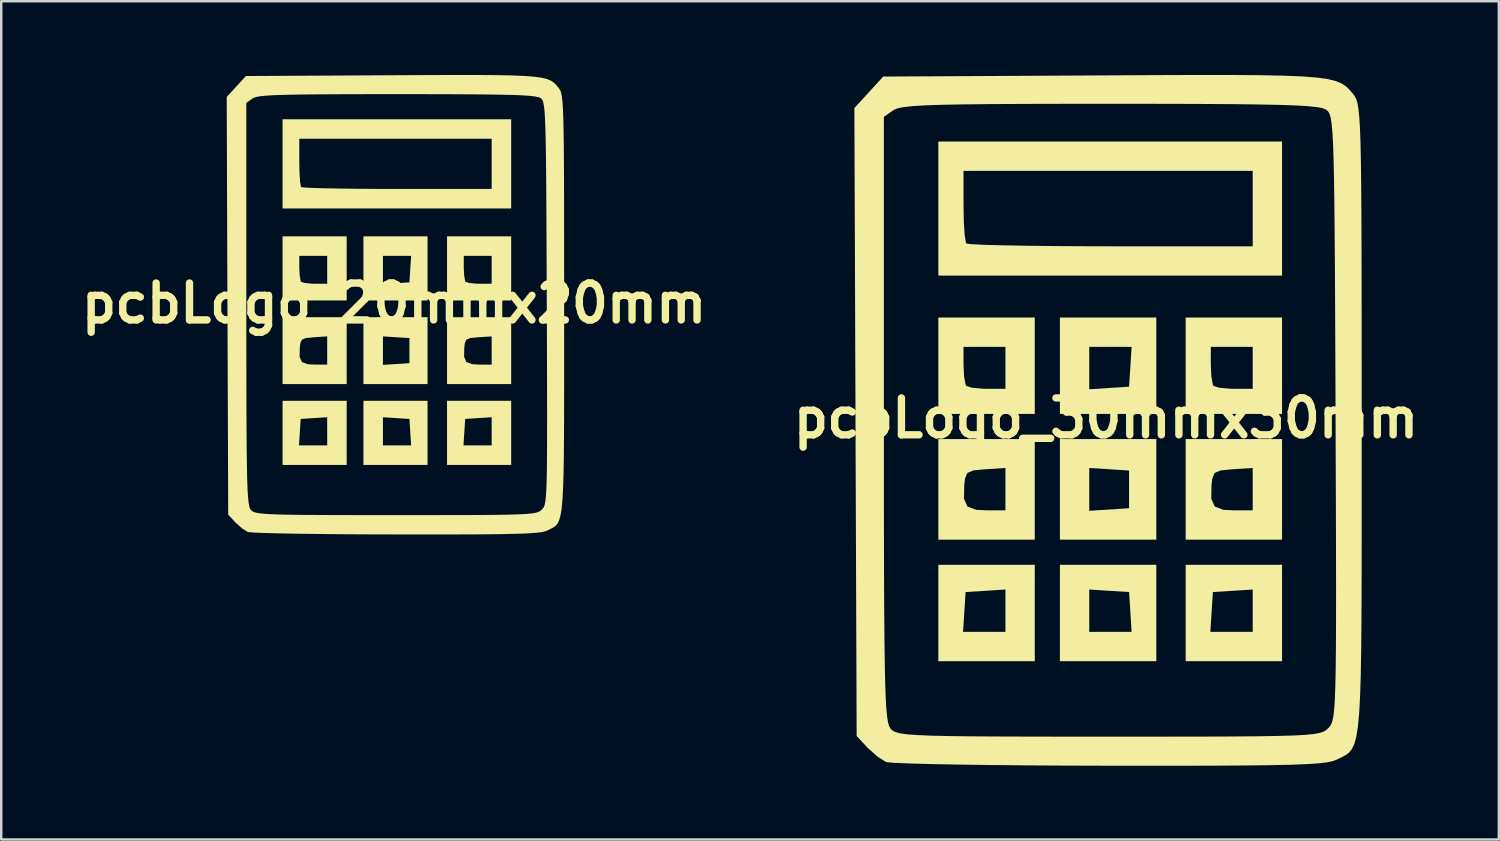
<source format=kicad_pcb>
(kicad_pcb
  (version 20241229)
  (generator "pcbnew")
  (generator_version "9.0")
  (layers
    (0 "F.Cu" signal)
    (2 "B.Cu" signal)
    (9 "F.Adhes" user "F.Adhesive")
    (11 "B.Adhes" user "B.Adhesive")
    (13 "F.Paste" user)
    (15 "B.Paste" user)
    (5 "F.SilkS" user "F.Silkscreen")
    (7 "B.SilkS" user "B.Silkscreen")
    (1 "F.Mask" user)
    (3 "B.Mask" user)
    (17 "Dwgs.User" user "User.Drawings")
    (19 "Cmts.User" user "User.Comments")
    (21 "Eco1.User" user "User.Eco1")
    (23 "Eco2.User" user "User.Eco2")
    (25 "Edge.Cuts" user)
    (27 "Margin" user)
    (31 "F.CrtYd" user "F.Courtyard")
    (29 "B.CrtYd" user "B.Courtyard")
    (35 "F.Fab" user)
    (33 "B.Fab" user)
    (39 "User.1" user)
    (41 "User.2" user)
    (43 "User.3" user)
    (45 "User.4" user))
  (footprint "pcbLogo_30mmx30mm"
    (layer "F.Cu")
    (at 41.936 13.957)
    (property "Reference" "pcbLogo_30mmx30mm" (at 0 0 0) (layer "F.SilkS") (effects (font (size 1.5 1.5) (thickness 0.3))))
    (attr board_only exclude_from_pos_files exclude_from_bom)
    (fp_poly (pts (xy -2.898 7.927) (xy -2.898 9.887) (xy -4.858 9.887) (xy -6.819 9.887) (xy -6.819 8.694) (xy -5.815 8.694) (xy -4.953 8.694) (xy -4.091 8.694) (xy -4.091 7.832) (xy -4.091 6.971) (xy -4.901 7.023) (xy -5.711 7.074) (xy -5.763 7.884) (xy -5.815 8.694) (xy -6.819 8.694) (xy -6.819 7.927) (xy -6.819 5.966) (xy -4.858 5.966) (xy -2.898 5.966)) (stroke (width 0) (type solid)) (fill yes) (layer "F.SilkS"))
    (fp_poly (pts (xy 2.046 -2.131) (xy 2.046 -0.17) (xy 0.085 -0.17) (xy -1.875 -0.17) (xy -1.875 -2.131) (xy -1.875 -2.898) (xy -0.682 -2.898) (xy -0.682 -2.036) (xy -0.682 -1.175) (xy 0.128 -1.227) (xy 0.938 -1.279) (xy 0.99 -2.088) (xy 1.041 -2.898) (xy 0.18 -2.898) (xy -0.682 -2.898) (xy -1.875 -2.898) (xy -1.875 -4.091) (xy 0.085 -4.091) (xy 2.046 -4.091)) (stroke (width 0) (type solid)) (fill yes) (layer "F.SilkS"))
    (fp_poly (pts (xy 2.046 2.898) (xy 2.046 4.944) (xy 0.085 4.944) (xy -1.875 4.944) (xy -1.875 2.898) (xy -1.875 2.027) (xy -0.682 2.027) (xy -0.682 2.898) (xy -0.682 3.769) (xy 0.128 3.717) (xy 0.938 3.665) (xy 0.938 2.898) (xy 0.938 2.131) (xy 0.128 2.079) (xy -0.682 2.027) (xy -1.875 2.027) (xy -1.875 0.852) (xy 0.085 0.852) (xy 2.046 0.852)) (stroke (width 0) (type solid)) (fill yes) (layer "F.SilkS"))
    (fp_poly (pts (xy 2.046 7.927) (xy 2.046 9.887) (xy 0.085 9.887) (xy -1.875 9.887) (xy -1.875 7.927) (xy -1.875 6.971) (xy -0.682 6.971) (xy -0.682 7.832) (xy -0.682 8.694) (xy 0.18 8.694) (xy 1.041 8.694) (xy 0.99 7.884) (xy 0.938 7.074) (xy 0.128 7.023) (xy -0.682 6.971) (xy -1.875 6.971) (xy -1.875 5.966) (xy 0.085 5.966) (xy 2.046 5.966)) (stroke (width 0) (type solid)) (fill yes) (layer "F.SilkS"))
    (fp_poly (pts (xy 7.16 7.927) (xy 7.16 9.887) (xy 5.199 9.887) (xy 3.239 9.887) (xy 3.239 8.694) (xy 4.243 8.694) (xy 5.105 8.694) (xy 5.966 8.694) (xy 5.966 7.832) (xy 5.966 6.971) (xy 5.157 7.023) (xy 4.347 7.074) (xy 4.295 7.884) (xy 4.243 8.694) (xy 3.239 8.694) (xy 3.239 7.927) (xy 3.239 5.966) (xy 5.199 5.966) (xy 7.16 5.966)) (stroke (width 0) (type solid)) (fill yes) (layer "F.SilkS"))
    (fp_poly (pts (xy -2.898 -2.131) (xy -2.898 -0.17) (xy -4.858 -0.17) (xy -6.819 -0.17) (xy -6.819 -2.131) (xy -6.819 -2.898) (xy -5.796 -2.898) (xy -5.796 -2.159) (xy -5.772 -1.681) (xy -5.711 -1.36) (xy -5.682 -1.307) (xy -5.455 -1.237) (xy -5.021 -1.197) (xy -4.83 -1.193) (xy -4.091 -1.193) (xy -4.091 -2.046) (xy -4.091 -2.898) (xy -4.944 -2.898) (xy -5.796 -2.898) (xy -6.819 -2.898) (xy -6.819 -4.091) (xy -4.858 -4.091) (xy -2.898 -4.091)) (stroke (width 0) (type solid)) (fill yes) (layer "F.SilkS"))
    (fp_poly (pts (xy -2.898 2.898) (xy -2.898 4.944) (xy -4.858 4.944) (xy -6.819 4.944) (xy -6.819 3.277) (xy -5.778 3.277) (xy -5.636 3.597) (xy -5.278 3.73) (xy -4.864 3.75) (xy -4.091 3.75) (xy -4.091 2.889) (xy -4.091 2.027) (xy -4.901 2.079) (xy -5.391 2.125) (xy -5.637 2.228) (xy -5.736 2.457) (xy -5.765 2.701) (xy -5.778 3.277) (xy -6.819 3.277) (xy -6.819 2.898) (xy -6.819 0.852) (xy -4.858 0.852) (xy -2.898 0.852)) (stroke (width 0) (type solid)) (fill yes) (layer "F.SilkS"))
    (fp_poly (pts (xy 7.16 -2.131) (xy 7.16 -0.17) (xy 5.199 -0.17) (xy 3.239 -0.17) (xy 3.239 -2.131) (xy 3.239 -2.898) (xy 4.262 -2.898) (xy 4.262 -2.159) (xy 4.286 -1.681) (xy 4.347 -1.36) (xy 4.375 -1.307) (xy 4.602 -1.237) (xy 5.037 -1.197) (xy 5.228 -1.193) (xy 5.966 -1.193) (xy 5.966 -2.046) (xy 5.966 -2.898) (xy 5.114 -2.898) (xy 4.262 -2.898) (xy 3.239 -2.898) (xy 3.239 -4.091) (xy 5.199 -4.091) (xy 7.16 -4.091)) (stroke (width 0) (type solid)) (fill yes) (layer "F.SilkS"))
    (fp_poly (pts (xy 7.16 2.898) (xy 7.16 4.944) (xy 5.199 4.944) (xy 3.239 4.944) (xy 3.239 3.277) (xy 4.28 3.277) (xy 4.422 3.597) (xy 4.779 3.73) (xy 5.194 3.75) (xy 5.966 3.75) (xy 5.966 2.889) (xy 5.966 2.027) (xy 5.157 2.079) (xy 4.666 2.125) (xy 4.42 2.228) (xy 4.322 2.457) (xy 4.292 2.701) (xy 4.28 3.277) (xy 3.239 3.277) (xy 3.239 2.898) (xy 3.239 0.852) (xy 5.199 0.852) (xy 7.16 0.852)) (stroke (width 0) (type solid)) (fill yes) (layer "F.SilkS"))
    (fp_poly (pts (xy 7.16 -8.523) (xy 7.16 -5.796) (xy 0.17 -5.796) (xy -6.819 -5.796) (xy -6.819 -8.523) (xy -6.819 -10.058) (xy -5.796 -10.058) (xy -5.796 -8.637) (xy -5.783 -7.971) (xy -5.749 -7.443) (xy -5.7 -7.139) (xy -5.682 -7.103) (xy -5.491 -7.076) (xy -4.999 -7.051) (xy -4.246 -7.03) (xy -3.273 -7.012) (xy -2.121 -6.999) (xy -0.828 -6.991) (xy 0.199 -6.989) (xy 5.966 -6.989) (xy 5.966 -8.523) (xy 5.966 -10.058) (xy 0.085 -10.058) (xy -5.796 -10.058) (xy -6.819 -10.058) (xy -6.819 -11.251) (xy 0.17 -11.251) (xy 7.16 -11.251)) (stroke (width 0) (type solid)) (fill yes) (layer "F.SilkS"))
    (fp_poly (pts (xy 5.082 -13.957) (xy 6.274 -13.948) (xy 7.237 -13.929) (xy 8 -13.897) (xy 8.59 -13.851) (xy 9.036 -13.787) (xy 9.365 -13.704) (xy 9.607 -13.6) (xy 9.788 -13.473) (xy 9.938 -13.32) (xy 10.063 -13.165) (xy 10.126 -13.077) (xy 10.18 -12.968) (xy 10.227 -12.813) (xy 10.266 -12.59) (xy 10.299 -12.276) (xy 10.326 -11.846) (xy 10.348 -11.277) (xy 10.365 -10.546) (xy 10.377 -9.629) (xy 10.386 -8.503) (xy 10.392 -7.145) (xy 10.396 -5.53) (xy 10.398 -3.636) (xy 10.399 -1.438) (xy 10.399 0.07) (xy 10.399 2.512) (xy 10.399 4.636) (xy 10.397 6.466) (xy 10.391 8.023) (xy 10.38 9.331) (xy 10.362 10.414) (xy 10.335 11.293) (xy 10.297 11.993) (xy 10.247 12.536) (xy 10.183 12.945) (xy 10.103 13.243) (xy 10.006 13.453) (xy 9.89 13.599) (xy 9.753 13.702) (xy 9.593 13.787) (xy 9.41 13.876) (xy 9.374 13.894) (xy 9.221 13.952) (xy 8.986 14.001) (xy 8.641 14.041) (xy 8.159 14.073) (xy 7.512 14.098) (xy 6.672 14.116) (xy 5.611 14.128) (xy 4.302 14.136) (xy 2.717 14.139) (xy 0.828 14.139) (xy 0.136 14.138) (xy -1.568 14.133) (xy -3.176 14.124) (xy -4.654 14.11) (xy -5.968 14.092) (xy -7.084 14.071) (xy -7.971 14.047) (xy -8.592 14.022) (xy -8.916 13.994) (xy -8.95 13.986) (xy -9.297 13.766) (xy -9.685 13.42) (xy -9.717 13.387) (xy -10.143 12.928) (xy -10.189 0.158) (xy -10.189 0.039) (xy -9.035 0.039) (xy -9.034 2.395) (xy -9.033 4.434) (xy -9.029 6.179) (xy -9.023 7.653) (xy -9.013 8.881) (xy -9.001 9.884) (xy -8.984 10.688) (xy -8.963 11.315) (xy -8.937 11.789) (xy -8.905 12.133) (xy -8.867 12.371) (xy -8.822 12.526) (xy -8.771 12.622) (xy -8.753 12.644) (xy -8.674 12.714) (xy -8.556 12.773) (xy -8.37 12.822) (xy -8.088 12.861) (xy -7.681 12.891) (xy -7.121 12.915) (xy -6.378 12.932) (xy -5.426 12.943) (xy -4.234 12.95) (xy -2.774 12.954) (xy -1.018 12.956) (xy 0.112 12.956) (xy 2.043 12.955) (xy 3.662 12.954) (xy 4.997 12.949) (xy 6.079 12.941) (xy 6.935 12.928) (xy 7.594 12.91) (xy 8.086 12.884) (xy 8.438 12.85) (xy 8.681 12.807) (xy 8.843 12.753) (xy 8.953 12.688) (xy 9.038 12.611) (xy 9.104 12.54) (xy 9.16 12.449) (xy 9.208 12.316) (xy 9.249 12.117) (xy 9.282 11.827) (xy 9.308 11.423) (xy 9.328 10.881) (xy 9.342 10.177) (xy 9.351 9.288) (xy 9.356 8.189) (xy 9.357 6.857) (xy 9.354 5.267) (xy 9.349 3.397) (xy 9.341 1.221) (xy 9.337 -0.017) (xy 9.328 -2.359) (xy 9.319 -4.383) (xy 9.31 -6.114) (xy 9.299 -7.575) (xy 9.287 -8.789) (xy 9.273 -9.781) (xy 9.255 -10.573) (xy 9.233 -11.19) (xy 9.206 -11.655) (xy 9.174 -11.992) (xy 9.136 -12.224) (xy 9.091 -12.375) (xy 9.039 -12.469) (xy 8.978 -12.529) (xy 8.96 -12.543) (xy 8.835 -12.6) (xy 8.609 -12.647) (xy 8.255 -12.686) (xy 7.747 -12.717) (xy 7.056 -12.741) (xy 6.156 -12.759) (xy 5.021 -12.772) (xy 3.623 -12.78) (xy 1.934 -12.784) (xy 0.176 -12.785) (xy -1.768 -12.784) (xy -3.4 -12.78) (xy -4.747 -12.773) (xy -5.839 -12.761) (xy -6.703 -12.744) (xy -7.368 -12.721) (xy -7.862 -12.691) (xy -8.214 -12.653) (xy -8.452 -12.607) (xy -8.604 -12.551) (xy -8.656 -12.52) (xy -9.035 -12.254) (xy -9.035 0.039) (xy -10.189 0.039) (xy -10.235 -12.613) (xy -9.648 -13.253) (xy -9.061 -13.893) (xy -0.145 -13.94) (xy 1.901 -13.951) (xy 3.634 -13.957)) (stroke (width 0) (type solid)) (fill yes) (layer "F.SilkS")))
  (footprint "pcbLogo_20mmx20mm"
    (layer "F.Cu")
    (at 12.979 9.284)
    (property "Reference" "pcbLogo_20mmx20mm" (at 0 0 0) (layer "F.SilkS") (effects (font (size 1.5 1.5) (thickness 0.3))))
    (attr board_only exclude_from_pos_files exclude_from_bom)
    (fp_poly (pts (xy -1.928 5.273) (xy -1.928 6.577) (xy -3.232 6.577) (xy -4.536 6.577) (xy -4.536 5.783) (xy -3.868 5.783) (xy -3.295 5.783) (xy -2.721 5.783) (xy -2.721 5.21) (xy -2.721 4.637) (xy -3.26 4.671) (xy -3.799 4.706) (xy -3.833 5.244) (xy -3.868 5.783) (xy -4.536 5.783) (xy -4.536 5.273) (xy -4.536 3.969) (xy -3.232 3.969) (xy -1.928 3.969)) (stroke (width 0) (type solid)) (fill yes) (layer "F.SilkS"))
    (fp_poly (pts (xy 1.361 -1.417) (xy 1.361 -0.113) (xy 0.057 -0.113) (xy -1.247 -0.113) (xy -1.247 -1.417) (xy -1.247 -1.928) (xy -0.454 -1.928) (xy -0.454 -1.355) (xy -0.454 -0.781) (xy 0.085 -0.816) (xy 0.624 -0.85) (xy 0.658 -1.389) (xy 0.693 -1.928) (xy 0.12 -1.928) (xy -0.454 -1.928) (xy -1.247 -1.928) (xy -1.247 -2.721) (xy 0.057 -2.721) (xy 1.361 -2.721)) (stroke (width 0) (type solid)) (fill yes) (layer "F.SilkS"))
    (fp_poly (pts (xy 1.361 1.928) (xy 1.361 3.288) (xy 0.057 3.288) (xy -1.247 3.288) (xy -1.247 1.928) (xy -1.247 1.348) (xy -0.454 1.348) (xy -0.454 1.928) (xy -0.454 2.507) (xy 0.085 2.473) (xy 0.624 2.438) (xy 0.624 1.928) (xy 0.624 1.417) (xy 0.085 1.383) (xy -0.454 1.348) (xy -1.247 1.348) (xy -1.247 0.567) (xy 0.057 0.567) (xy 1.361 0.567)) (stroke (width 0) (type solid)) (fill yes) (layer "F.SilkS"))
    (fp_poly (pts (xy 1.361 5.273) (xy 1.361 6.577) (xy 0.057 6.577) (xy -1.247 6.577) (xy -1.247 5.273) (xy -1.247 4.637) (xy -0.454 4.637) (xy -0.454 5.21) (xy -0.454 5.783) (xy 0.12 5.783) (xy 0.693 5.783) (xy 0.658 5.244) (xy 0.624 4.706) (xy 0.085 4.671) (xy -0.454 4.637) (xy -1.247 4.637) (xy -1.247 3.969) (xy 0.057 3.969) (xy 1.361 3.969)) (stroke (width 0) (type solid)) (fill yes) (layer "F.SilkS"))
    (fp_poly (pts (xy 4.763 5.273) (xy 4.763 6.577) (xy 3.458 6.577) (xy 2.154 6.577) (xy 2.154 5.783) (xy 2.822 5.783) (xy 3.396 5.783) (xy 3.969 5.783) (xy 3.969 5.21) (xy 3.969 4.637) (xy 3.43 4.671) (xy 2.892 4.706) (xy 2.857 5.244) (xy 2.822 5.783) (xy 2.154 5.783) (xy 2.154 5.273) (xy 2.154 3.969) (xy 3.458 3.969) (xy 4.763 3.969)) (stroke (width 0) (type solid)) (fill yes) (layer "F.SilkS"))
    (fp_poly (pts (xy -1.928 -1.417) (xy -1.928 -0.113) (xy -3.232 -0.113) (xy -4.536 -0.113) (xy -4.536 -1.417) (xy -4.536 -1.928) (xy -3.855 -1.928) (xy -3.855 -1.436) (xy -3.839 -1.118) (xy -3.799 -0.905) (xy -3.78 -0.869) (xy -3.629 -0.823) (xy -3.34 -0.796) (xy -3.213 -0.794) (xy -2.721 -0.794) (xy -2.721 -1.361) (xy -2.721 -1.928) (xy -3.288 -1.928) (xy -3.855 -1.928) (xy -4.536 -1.928) (xy -4.536 -2.721) (xy -3.232 -2.721) (xy -1.928 -2.721)) (stroke (width 0) (type solid)) (fill yes) (layer "F.SilkS"))
    (fp_poly (pts (xy -1.928 1.928) (xy -1.928 3.288) (xy -3.232 3.288) (xy -4.536 3.288) (xy -4.536 2.18) (xy -3.843 2.18) (xy -3.749 2.392) (xy -3.511 2.481) (xy -3.235 2.495) (xy -2.721 2.495) (xy -2.721 1.921) (xy -2.721 1.348) (xy -3.26 1.383) (xy -3.586 1.414) (xy -3.75 1.482) (xy -3.815 1.635) (xy -3.835 1.797) (xy -3.843 2.18) (xy -4.536 2.18) (xy -4.536 1.928) (xy -4.536 0.567) (xy -3.232 0.567) (xy -1.928 0.567)) (stroke (width 0) (type solid)) (fill yes) (layer "F.SilkS"))
    (fp_poly (pts (xy 4.763 -1.417) (xy 4.763 -0.113) (xy 3.458 -0.113) (xy 2.154 -0.113) (xy 2.154 -1.417) (xy 2.154 -1.928) (xy 2.835 -1.928) (xy 2.835 -1.436) (xy 2.851 -1.118) (xy 2.891 -0.905) (xy 2.91 -0.869) (xy 3.061 -0.823) (xy 3.351 -0.796) (xy 3.477 -0.794) (xy 3.969 -0.794) (xy 3.969 -1.361) (xy 3.969 -1.928) (xy 3.402 -1.928) (xy 2.835 -1.928) (xy 2.154 -1.928) (xy 2.154 -2.721) (xy 3.458 -2.721) (xy 4.763 -2.721)) (stroke (width 0) (type solid)) (fill yes) (layer "F.SilkS"))
    (fp_poly (pts (xy 4.763 1.928) (xy 4.763 3.288) (xy 3.458 3.288) (xy 2.154 3.288) (xy 2.154 2.18) (xy 2.847 2.18) (xy 2.941 2.392) (xy 3.179 2.481) (xy 3.455 2.495) (xy 3.969 2.495) (xy 3.969 1.921) (xy 3.969 1.348) (xy 3.43 1.383) (xy 3.104 1.414) (xy 2.94 1.482) (xy 2.875 1.635) (xy 2.855 1.797) (xy 2.847 2.18) (xy 2.154 2.18) (xy 2.154 1.928) (xy 2.154 0.567) (xy 3.458 0.567) (xy 4.763 0.567)) (stroke (width 0) (type solid)) (fill yes) (layer "F.SilkS"))
    (fp_poly (pts (xy 4.763 -5.67) (xy 4.763 -3.855) (xy 0.113 -3.855) (xy -4.536 -3.855) (xy -4.536 -5.67) (xy -4.536 -6.69) (xy -3.855 -6.69) (xy -3.855 -5.745) (xy -3.847 -5.302) (xy -3.824 -4.951) (xy -3.792 -4.748) (xy -3.78 -4.725) (xy -3.652 -4.707) (xy -3.325 -4.69) (xy -2.824 -4.676) (xy -2.177 -4.664) (xy -1.411 -4.655) (xy -0.551 -4.65) (xy 0.132 -4.649) (xy 3.969 -4.649) (xy 3.969 -5.67) (xy 3.969 -6.69) (xy 0.057 -6.69) (xy -3.855 -6.69) (xy -4.536 -6.69) (xy -4.536 -7.484) (xy 0.113 -7.484) (xy 4.763 -7.484)) (stroke (width 0) (type solid)) (fill yes) (layer "F.SilkS"))
    (fp_poly (pts (xy 3.381 -9.284) (xy 4.173 -9.278) (xy 4.814 -9.265) (xy 5.321 -9.244) (xy 5.714 -9.213) (xy 6.01 -9.171) (xy 6.23 -9.116) (xy 6.39 -9.047) (xy 6.511 -8.962) (xy 6.61 -8.86) (xy 6.694 -8.757) (xy 6.736 -8.699) (xy 6.772 -8.626) (xy 6.803 -8.523) (xy 6.829 -8.375) (xy 6.851 -8.166) (xy 6.869 -7.88) (xy 6.883 -7.501) (xy 6.894 -7.015) (xy 6.903 -6.405) (xy 6.909 -5.656) (xy 6.913 -4.752) (xy 6.915 -3.678) (xy 6.916 -2.418) (xy 6.917 -0.957) (xy 6.917 0.047) (xy 6.917 1.671) (xy 6.917 3.084) (xy 6.916 4.301) (xy 6.912 5.337) (xy 6.905 6.207) (xy 6.893 6.927) (xy 6.874 7.512) (xy 6.849 7.978) (xy 6.816 8.339) (xy 6.773 8.611) (xy 6.72 8.809) (xy 6.656 8.949) (xy 6.579 9.046) (xy 6.487 9.114) (xy 6.381 9.171) (xy 6.259 9.23) (xy 6.235 9.242) (xy 6.133 9.281) (xy 5.977 9.313) (xy 5.748 9.34) (xy 5.427 9.361) (xy 4.997 9.377) (xy 4.438 9.39) (xy 3.733 9.398) (xy 2.862 9.403) (xy 1.807 9.405) (xy 0.551 9.405) (xy 0.091 9.404) (xy -1.043 9.401) (xy -2.112 9.395) (xy -3.095 9.385) (xy -3.969 9.374) (xy -4.712 9.36) (xy -5.302 9.344) (xy -5.715 9.327) (xy -5.931 9.309) (xy -5.953 9.303) (xy -6.184 9.157) (xy -6.442 8.927) (xy -6.463 8.905) (xy -6.747 8.6) (xy -6.777 0.105) (xy -6.778 0.026) (xy -6.01 0.026) (xy -6.009 1.593) (xy -6.008 2.949) (xy -6.006 4.11) (xy -6.002 5.091) (xy -5.995 5.907) (xy -5.987 6.575) (xy -5.976 7.109) (xy -5.962 7.526) (xy -5.944 7.842) (xy -5.923 8.071) (xy -5.898 8.229) (xy -5.869 8.332) (xy -5.834 8.396) (xy -5.822 8.41) (xy -5.77 8.457) (xy -5.691 8.496) (xy -5.567 8.529) (xy -5.38 8.555) (xy -5.109 8.575) (xy -4.736 8.591) (xy -4.243 8.602) (xy -3.609 8.609) (xy -2.816 8.614) (xy -1.845 8.617) (xy -0.677 8.618) (xy 0.074 8.618) (xy 1.359 8.618) (xy 2.436 8.616) (xy 3.324 8.614) (xy 4.043 8.608) (xy 4.613 8.6) (xy 5.051 8.587) (xy 5.378 8.57) (xy 5.613 8.548) (xy 5.775 8.519) (xy 5.882 8.483) (xy 5.955 8.44) (xy 6.012 8.389) (xy 6.056 8.341) (xy 6.093 8.281) (xy 6.125 8.193) (xy 6.152 8.06) (xy 6.174 7.867) (xy 6.191 7.598) (xy 6.205 7.238) (xy 6.214 6.77) (xy 6.22 6.178) (xy 6.223 5.447) (xy 6.224 4.561) (xy 6.222 3.504) (xy 6.219 2.259) (xy 6.214 0.812) (xy 6.21 -0.011) (xy 6.204 -1.569) (xy 6.199 -2.916) (xy 6.193 -4.067) (xy 6.186 -5.039) (xy 6.178 -5.846) (xy 6.168 -6.506) (xy 6.156 -7.033) (xy 6.141 -7.443) (xy 6.124 -7.753) (xy 6.102 -7.977) (xy 6.077 -8.131) (xy 6.047 -8.232) (xy 6.012 -8.294) (xy 5.972 -8.334) (xy 5.96 -8.344) (xy 5.877 -8.381) (xy 5.726 -8.412) (xy 5.491 -8.438) (xy 5.153 -8.459) (xy 4.693 -8.475) (xy 4.095 -8.487) (xy 3.34 -8.496) (xy 2.41 -8.501) (xy 1.287 -8.504) (xy 0.117 -8.504) (xy -1.176 -8.504) (xy -2.262 -8.501) (xy -3.158 -8.496) (xy -3.884 -8.489) (xy -4.459 -8.477) (xy -4.901 -8.462) (xy -5.23 -8.442) (xy -5.464 -8.417) (xy -5.622 -8.386) (xy -5.723 -8.349) (xy -5.758 -8.328) (xy -6.01 -8.151) (xy -6.01 0.026) (xy -6.778 0.026) (xy -6.808 -8.39) (xy -6.418 -8.816) (xy -6.027 -9.242) (xy -0.096 -9.273) (xy 1.265 -9.28) (xy 2.417 -9.284)) (stroke (width 0) (type solid)) (fill yes) (layer "F.SilkS")))
  (gr_rect
    (start -3 -3)
    (end 57.914 31.096)
    (stroke (width 0.1) (type default))
    (fill no)
    (layer "Edge.Cuts")))
</source>
